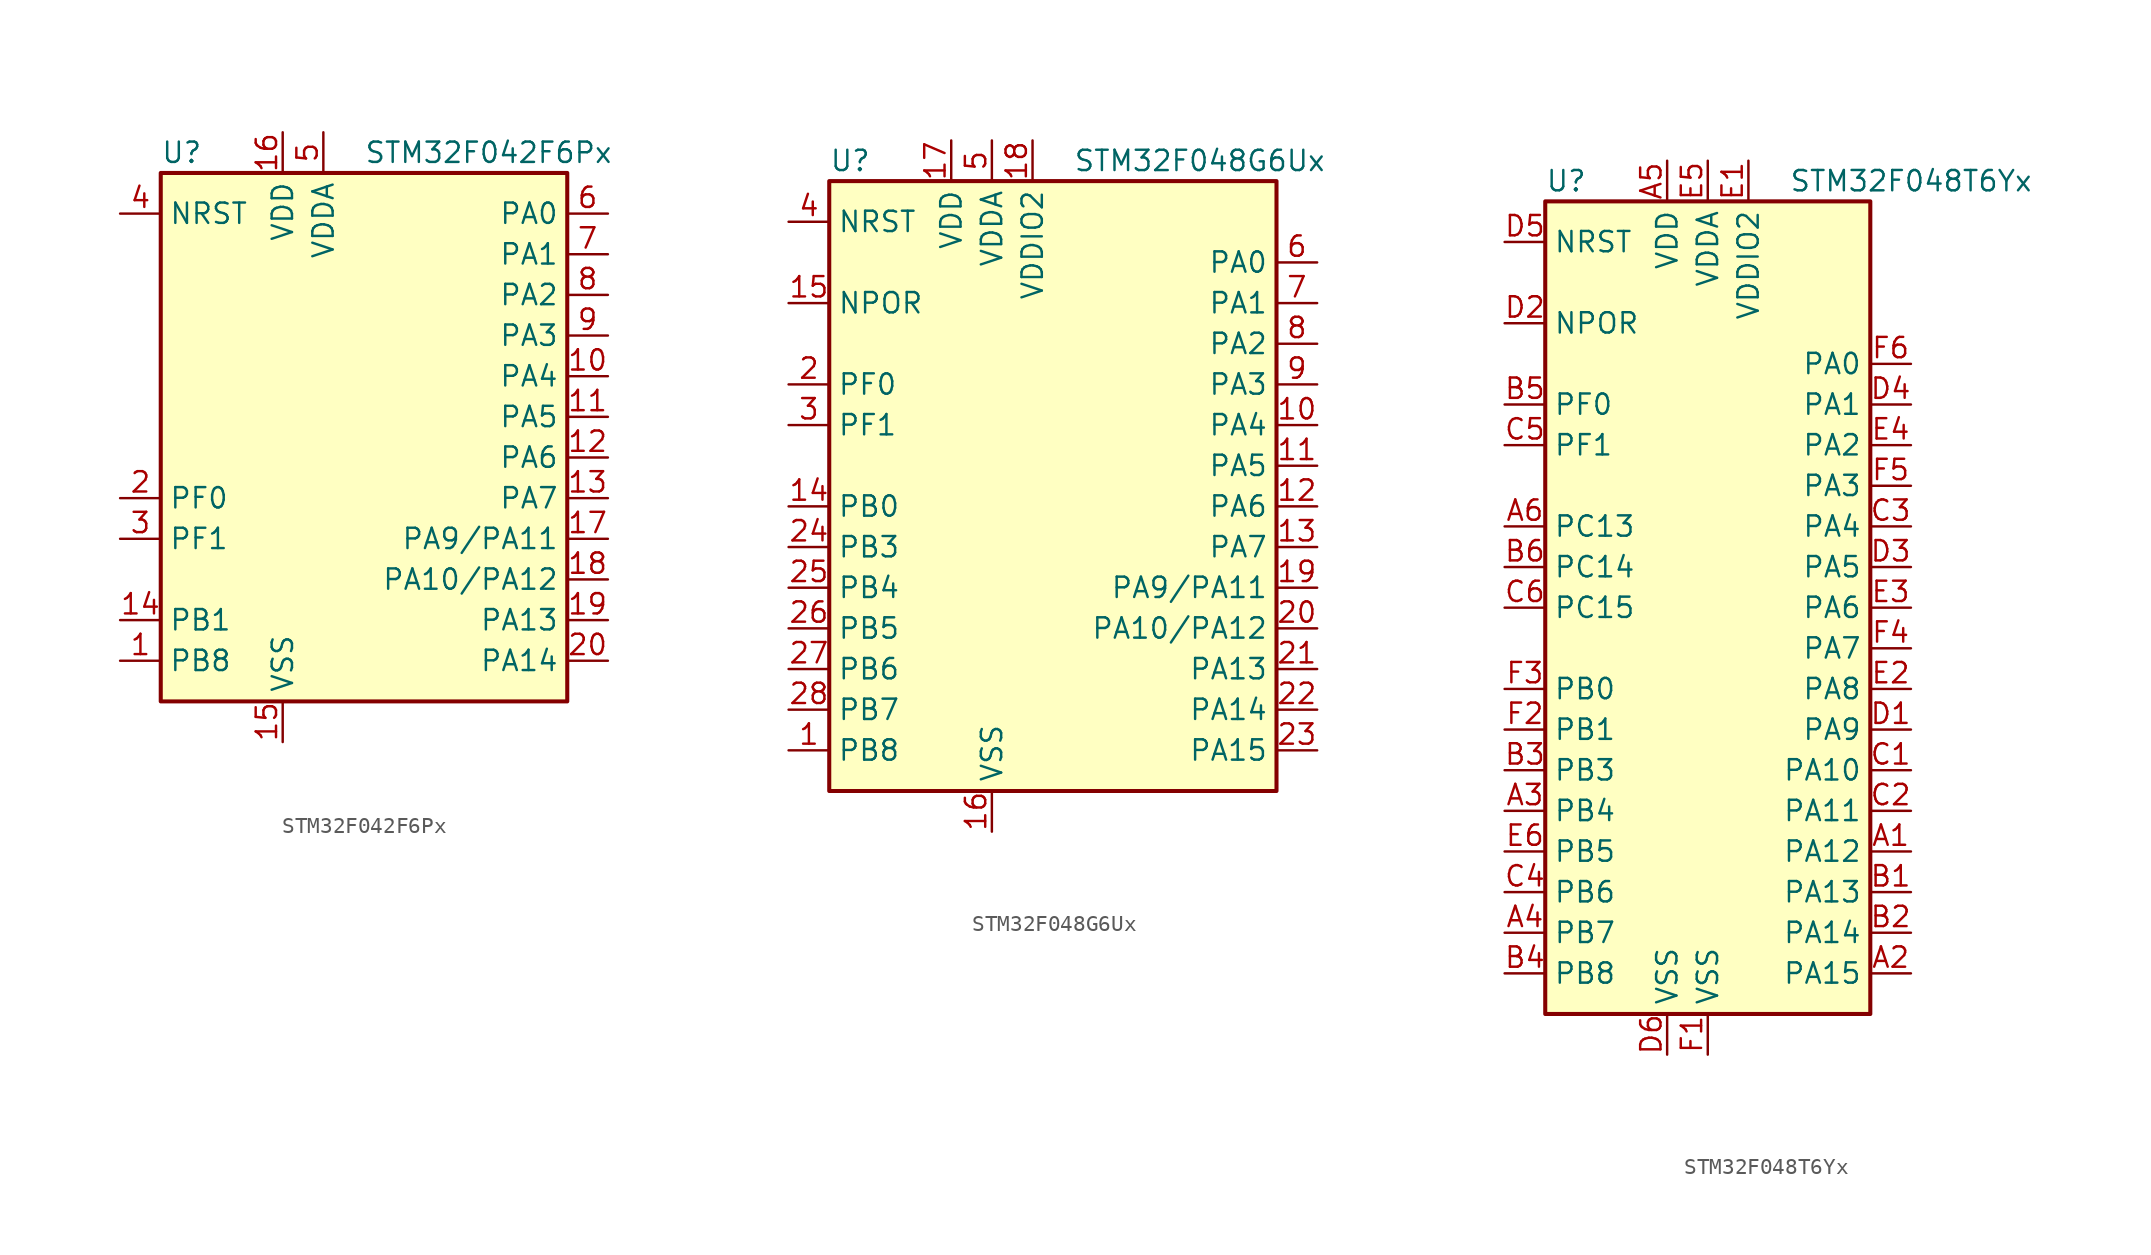
<source format=kicad_sym>
(kicad_symbol_lib
  (version 20211014)
  (generator kicad_symbol_editor)
  (symbol "STM32F042F6Px"
    (property "Reference" "U"
      (at -12.7 16.51 0)
      (effects (font (size 1.27 1.27)) (justify left)))
    (property "Value" "STM32F042F6Px"
      (at 0 16.51 0)
      (effects (font (size 1.27 1.27)) (justify left)))
    (symbol "STM32F042F6Px_0_1"
      (rectangle (start -12.7 -17.78) (end 12.7 15.24) (stroke (width 0.254) (type default) (color 0 0 0 0)) (fill (type background))))
    (symbol "STM32F042F6Px_1_1"
      (pin bidirectional line (at -15.24 -15.24 0) (length 2.54) (name "PB8" (effects (font (size 1.27 1.27)))) (number "1" (effects (font (size 1.27 1.27)))))
      (pin bidirectional line (at 15.24 2.54 180) (length 2.54) (name "PA4" (effects (font (size 1.27 1.27)))) (number "10" (effects (font (size 1.27 1.27)))))
      (pin bidirectional line (at 15.24 0 180) (length 2.54) (name "PA5" (effects (font (size 1.27 1.27)))) (number "11" (effects (font (size 1.27 1.27)))))
      (pin bidirectional line (at 15.24 -2.54 180) (length 2.54) (name "PA6" (effects (font (size 1.27 1.27)))) (number "12" (effects (font (size 1.27 1.27)))))
      (pin bidirectional line (at 15.24 -5.08 180) (length 2.54) (name "PA7" (effects (font (size 1.27 1.27)))) (number "13" (effects (font (size 1.27 1.27)))))
      (pin bidirectional line (at -15.24 -12.7 0) (length 2.54) (name "PB1" (effects (font (size 1.27 1.27)))) (number "14" (effects (font (size 1.27 1.27)))))
      (pin power_in line (at -5.08 -20.32 90) (length 2.54) (name "VSS" (effects (font (size 1.27 1.27)))) (number "15" (effects (font (size 1.27 1.27)))))
      (pin power_in line (at -5.08 17.78 270) (length 2.54) (name "VDD" (effects (font (size 1.27 1.27)))) (number "16" (effects (font (size 1.27 1.27)))))
      (pin bidirectional line (at 15.24 -7.62 180) (length 2.54) (name "PA9/PA11" (effects (font (size 1.27 1.27)))) (number "17" (effects (font (size 1.27 1.27)))))
      (pin bidirectional line (at 15.24 -10.16 180) (length 2.54) (name "PA10/PA12" (effects (font (size 1.27 1.27)))) (number "18" (effects (font (size 1.27 1.27)))))
      (pin bidirectional line (at 15.24 -12.7 180) (length 2.54) (name "PA13" (effects (font (size 1.27 1.27)))) (number "19" (effects (font (size 1.27 1.27)))))
      (pin input line (at -15.24 -5.08 0) (length 2.54) (name "PF0" (effects (font (size 1.27 1.27)))) (number "2" (effects (font (size 1.27 1.27)))))
      (pin bidirectional line (at 15.24 -15.24 180) (length 2.54) (name "PA14" (effects (font (size 1.27 1.27)))) (number "20" (effects (font (size 1.27 1.27)))))
      (pin input line (at -15.24 -7.62 0) (length 2.54) (name "PF1" (effects (font (size 1.27 1.27)))) (number "3" (effects (font (size 1.27 1.27)))))
      (pin input line (at -15.24 12.7 0) (length 2.54) (name "NRST" (effects (font (size 1.27 1.27)))) (number "4" (effects (font (size 1.27 1.27)))))
      (pin power_in line (at -2.54 17.78 270) (length 2.54) (name "VDDA" (effects (font (size 1.27 1.27)))) (number "5" (effects (font (size 1.27 1.27)))))
      (pin bidirectional line (at 15.24 12.7 180) (length 2.54) (name "PA0" (effects (font (size 1.27 1.27)))) (number "6" (effects (font (size 1.27 1.27)))))
      (pin bidirectional line (at 15.24 10.16 180) (length 2.54) (name "PA1" (effects (font (size 1.27 1.27)))) (number "7" (effects (font (size 1.27 1.27)))))
      (pin bidirectional line (at 15.24 7.62 180) (length 2.54) (name "PA2" (effects (font (size 1.27 1.27)))) (number "8" (effects (font (size 1.27 1.27)))))
      (pin bidirectional line (at 15.24 5.08 180) (length 2.54) (name "PA3" (effects (font (size 1.27 1.27)))) (number "9" (effects (font (size 1.27 1.27)))))))
  (symbol "STM32F048G6Ux"
    (property "Reference" "U"
      (at -15.24 19.05 0)
      (effects (font (size 1.27 1.27)) (justify left)))
    (property "Value" "STM32F048G6Ux"
      (at 0 19.05 0)
      (effects (font (size 1.27 1.27)) (justify left)))
    (symbol "STM32F048G6Ux_0_1"
      (rectangle (start -15.24 -20.32) (end 12.7 17.78) (stroke (width 0.254) (type default) (color 0 0 0 0)) (fill (type background))))
    (symbol "STM32F048G6Ux_1_1"
      (pin bidirectional line (at -17.78 -17.78 0) (length 2.54) (name "PB8" (effects (font (size 1.27 1.27)))) (number "1" (effects (font (size 1.27 1.27)))))
      (pin bidirectional line (at 15.24 2.54 180) (length 2.54) (name "PA4" (effects (font (size 1.27 1.27)))) (number "10" (effects (font (size 1.27 1.27)))))
      (pin bidirectional line (at 15.24 0 180) (length 2.54) (name "PA5" (effects (font (size 1.27 1.27)))) (number "11" (effects (font (size 1.27 1.27)))))
      (pin bidirectional line (at 15.24 -2.54 180) (length 2.54) (name "PA6" (effects (font (size 1.27 1.27)))) (number "12" (effects (font (size 1.27 1.27)))))
      (pin bidirectional line (at 15.24 -5.08 180) (length 2.54) (name "PA7" (effects (font (size 1.27 1.27)))) (number "13" (effects (font (size 1.27 1.27)))))
      (pin bidirectional line (at -17.78 -2.54 0) (length 2.54) (name "PB0" (effects (font (size 1.27 1.27)))) (number "14" (effects (font (size 1.27 1.27)))))
      (pin power_in line (at -17.78 10.16 0) (length 2.54) (name "NPOR" (effects (font (size 1.27 1.27)))) (number "15" (effects (font (size 1.27 1.27)))))
      (pin power_in line (at -5.08 -22.86 90) (length 2.54) (name "VSS" (effects (font (size 1.27 1.27)))) (number "16" (effects (font (size 1.27 1.27)))))
      (pin power_in line (at -7.62 20.32 270) (length 2.54) (name "VDD" (effects (font (size 1.27 1.27)))) (number "17" (effects (font (size 1.27 1.27)))))
      (pin power_in line (at -2.54 20.32 270) (length 2.54) (name "VDDIO2" (effects (font (size 1.27 1.27)))) (number "18" (effects (font (size 1.27 1.27)))))
      (pin bidirectional line (at 15.24 -7.62 180) (length 2.54) (name "PA9/PA11" (effects (font (size 1.27 1.27)))) (number "19" (effects (font (size 1.27 1.27)))))
      (pin input line (at -17.78 5.08 0) (length 2.54) (name "PF0" (effects (font (size 1.27 1.27)))) (number "2" (effects (font (size 1.27 1.27)))))
      (pin bidirectional line (at 15.24 -10.16 180) (length 2.54) (name "PA10/PA12" (effects (font (size 1.27 1.27)))) (number "20" (effects (font (size 1.27 1.27)))))
      (pin bidirectional line (at 15.24 -12.7 180) (length 2.54) (name "PA13" (effects (font (size 1.27 1.27)))) (number "21" (effects (font (size 1.27 1.27)))))
      (pin bidirectional line (at 15.24 -15.24 180) (length 2.54) (name "PA14" (effects (font (size 1.27 1.27)))) (number "22" (effects (font (size 1.27 1.27)))))
      (pin bidirectional line (at 15.24 -17.78 180) (length 2.54) (name "PA15" (effects (font (size 1.27 1.27)))) (number "23" (effects (font (size 1.27 1.27)))))
      (pin bidirectional line (at -17.78 -5.08 0) (length 2.54) (name "PB3" (effects (font (size 1.27 1.27)))) (number "24" (effects (font (size 1.27 1.27)))))
      (pin bidirectional line (at -17.78 -7.62 0) (length 2.54) (name "PB4" (effects (font (size 1.27 1.27)))) (number "25" (effects (font (size 1.27 1.27)))))
      (pin bidirectional line (at -17.78 -10.16 0) (length 2.54) (name "PB5" (effects (font (size 1.27 1.27)))) (number "26" (effects (font (size 1.27 1.27)))))
      (pin bidirectional line (at -17.78 -12.7 0) (length 2.54) (name "PB6" (effects (font (size 1.27 1.27)))) (number "27" (effects (font (size 1.27 1.27)))))
      (pin bidirectional line (at -17.78 -15.24 0) (length 2.54) (name "PB7" (effects (font (size 1.27 1.27)))) (number "28" (effects (font (size 1.27 1.27)))))
      (pin input line (at -17.78 2.54 0) (length 2.54) (name "PF1" (effects (font (size 1.27 1.27)))) (number "3" (effects (font (size 1.27 1.27)))))
      (pin input line (at -17.78 15.24 0) (length 2.54) (name "NRST" (effects (font (size 1.27 1.27)))) (number "4" (effects (font (size 1.27 1.27)))))
      (pin power_in line (at -5.08 20.32 270) (length 2.54) (name "VDDA" (effects (font (size 1.27 1.27)))) (number "5" (effects (font (size 1.27 1.27)))))
      (pin bidirectional line (at 15.24 12.7 180) (length 2.54) (name "PA0" (effects (font (size 1.27 1.27)))) (number "6" (effects (font (size 1.27 1.27)))))
      (pin bidirectional line (at 15.24 10.16 180) (length 2.54) (name "PA1" (effects (font (size 1.27 1.27)))) (number "7" (effects (font (size 1.27 1.27)))))
      (pin bidirectional line (at 15.24 7.62 180) (length 2.54) (name "PA2" (effects (font (size 1.27 1.27)))) (number "8" (effects (font (size 1.27 1.27)))))
      (pin bidirectional line (at 15.24 5.08 180) (length 2.54) (name "PA3" (effects (font (size 1.27 1.27)))) (number "9" (effects (font (size 1.27 1.27)))))))
  (symbol "STM32F048T6Yx"
    (property "Reference" "U"
      (at -10.16 26.67 0)
      (effects (font (size 1.27 1.27)) (justify left)))
    (property "Value" "STM32F048T6Yx"
      (at 5.08 26.67 0)
      (effects (font (size 1.27 1.27)) (justify left)))
    (symbol "STM32F048T6Yx_0_1"
      (rectangle (start -10.16 -25.4) (end 10.16 25.4) (stroke (width 0.254) (type default) (color 0 0 0 0)) (fill (type background))))
    (symbol "STM32F048T6Yx_1_1"
      (pin bidirectional line (at 12.7 -15.24 180) (length 2.54) (name "PA12" (effects (font (size 1.27 1.27)))) (number "A1" (effects (font (size 1.27 1.27)))))
      (pin bidirectional line (at 12.7 -22.86 180) (length 2.54) (name "PA15" (effects (font (size 1.27 1.27)))) (number "A2" (effects (font (size 1.27 1.27)))))
      (pin bidirectional line (at -12.7 -12.7 0) (length 2.54) (name "PB4" (effects (font (size 1.27 1.27)))) (number "A3" (effects (font (size 1.27 1.27)))))
      (pin bidirectional line (at -12.7 -20.32 0) (length 2.54) (name "PB7" (effects (font (size 1.27 1.27)))) (number "A4" (effects (font (size 1.27 1.27)))))
      (pin power_in line (at -2.54 27.94 270) (length 2.54) (name "VDD" (effects (font (size 1.27 1.27)))) (number "A5" (effects (font (size 1.27 1.27)))))
      (pin bidirectional line (at -12.7 5.08 0) (length 2.54) (name "PC13" (effects (font (size 1.27 1.27)))) (number "A6" (effects (font (size 1.27 1.27)))))
      (pin bidirectional line (at 12.7 -17.78 180) (length 2.54) (name "PA13" (effects (font (size 1.27 1.27)))) (number "B1" (effects (font (size 1.27 1.27)))))
      (pin bidirectional line (at 12.7 -20.32 180) (length 2.54) (name "PA14" (effects (font (size 1.27 1.27)))) (number "B2" (effects (font (size 1.27 1.27)))))
      (pin bidirectional line (at -12.7 -10.16 0) (length 2.54) (name "PB3" (effects (font (size 1.27 1.27)))) (number "B3" (effects (font (size 1.27 1.27)))))
      (pin bidirectional line (at -12.7 -22.86 0) (length 2.54) (name "PB8" (effects (font (size 1.27 1.27)))) (number "B4" (effects (font (size 1.27 1.27)))))
      (pin input line (at -12.7 12.7 0) (length 2.54) (name "PF0" (effects (font (size 1.27 1.27)))) (number "B5" (effects (font (size 1.27 1.27)))))
      (pin bidirectional line (at -12.7 2.54 0) (length 2.54) (name "PC14" (effects (font (size 1.27 1.27)))) (number "B6" (effects (font (size 1.27 1.27)))))
      (pin bidirectional line (at 12.7 -10.16 180) (length 2.54) (name "PA10" (effects (font (size 1.27 1.27)))) (number "C1" (effects (font (size 1.27 1.27)))))
      (pin bidirectional line (at 12.7 -12.7 180) (length 2.54) (name "PA11" (effects (font (size 1.27 1.27)))) (number "C2" (effects (font (size 1.27 1.27)))))
      (pin bidirectional line (at 12.7 5.08 180) (length 2.54) (name "PA4" (effects (font (size 1.27 1.27)))) (number "C3" (effects (font (size 1.27 1.27)))))
      (pin bidirectional line (at -12.7 -17.78 0) (length 2.54) (name "PB6" (effects (font (size 1.27 1.27)))) (number "C4" (effects (font (size 1.27 1.27)))))
      (pin input line (at -12.7 10.16 0) (length 2.54) (name "PF1" (effects (font (size 1.27 1.27)))) (number "C5" (effects (font (size 1.27 1.27)))))
      (pin bidirectional line (at -12.7 0 0) (length 2.54) (name "PC15" (effects (font (size 1.27 1.27)))) (number "C6" (effects (font (size 1.27 1.27)))))
      (pin bidirectional line (at 12.7 -7.62 180) (length 2.54) (name "PA9" (effects (font (size 1.27 1.27)))) (number "D1" (effects (font (size 1.27 1.27)))))
      (pin power_in line (at -12.7 17.78 0) (length 2.54) (name "NPOR" (effects (font (size 1.27 1.27)))) (number "D2" (effects (font (size 1.27 1.27)))))
      (pin bidirectional line (at 12.7 2.54 180) (length 2.54) (name "PA5" (effects (font (size 1.27 1.27)))) (number "D3" (effects (font (size 1.27 1.27)))))
      (pin bidirectional line (at 12.7 12.7 180) (length 2.54) (name "PA1" (effects (font (size 1.27 1.27)))) (number "D4" (effects (font (size 1.27 1.27)))))
      (pin input line (at -12.7 22.86 0) (length 2.54) (name "NRST" (effects (font (size 1.27 1.27)))) (number "D5" (effects (font (size 1.27 1.27)))))
      (pin power_in line (at -2.54 -27.94 90) (length 2.54) (name "VSS" (effects (font (size 1.27 1.27)))) (number "D6" (effects (font (size 1.27 1.27)))))
      (pin power_in line (at 2.54 27.94 270) (length 2.54) (name "VDDIO2" (effects (font (size 1.27 1.27)))) (number "E1" (effects (font (size 1.27 1.27)))))
      (pin bidirectional line (at 12.7 -5.08 180) (length 2.54) (name "PA8" (effects (font (size 1.27 1.27)))) (number "E2" (effects (font (size 1.27 1.27)))))
      (pin bidirectional line (at 12.7 0 180) (length 2.54) (name "PA6" (effects (font (size 1.27 1.27)))) (number "E3" (effects (font (size 1.27 1.27)))))
      (pin bidirectional line (at 12.7 10.16 180) (length 2.54) (name "PA2" (effects (font (size 1.27 1.27)))) (number "E4" (effects (font (size 1.27 1.27)))))
      (pin power_in line (at 0 27.94 270) (length 2.54) (name "VDDA" (effects (font (size 1.27 1.27)))) (number "E5" (effects (font (size 1.27 1.27)))))
      (pin bidirectional line (at -12.7 -15.24 0) (length 2.54) (name "PB5" (effects (font (size 1.27 1.27)))) (number "E6" (effects (font (size 1.27 1.27)))))
      (pin power_in line (at 0 -27.94 90) (length 2.54) (name "VSS" (effects (font (size 1.27 1.27)))) (number "F1" (effects (font (size 1.27 1.27)))))
      (pin bidirectional line (at -12.7 -7.62 0) (length 2.54) (name "PB1" (effects (font (size 1.27 1.27)))) (number "F2" (effects (font (size 1.27 1.27)))))
      (pin bidirectional line (at -12.7 -5.08 0) (length 2.54) (name "PB0" (effects (font (size 1.27 1.27)))) (number "F3" (effects (font (size 1.27 1.27)))))
      (pin bidirectional line (at 12.7 -2.54 180) (length 2.54) (name "PA7" (effects (font (size 1.27 1.27)))) (number "F4" (effects (font (size 1.27 1.27)))))
      (pin bidirectional line (at 12.7 7.62 180) (length 2.54) (name "PA3" (effects (font (size 1.27 1.27)))) (number "F5" (effects (font (size 1.27 1.27)))))
      (pin bidirectional line (at 12.7 15.24 180) (length 2.54) (name "PA0" (effects (font (size 1.27 1.27)))) (number "F6" (effects (font (size 1.27 1.27))))))))
</source>
